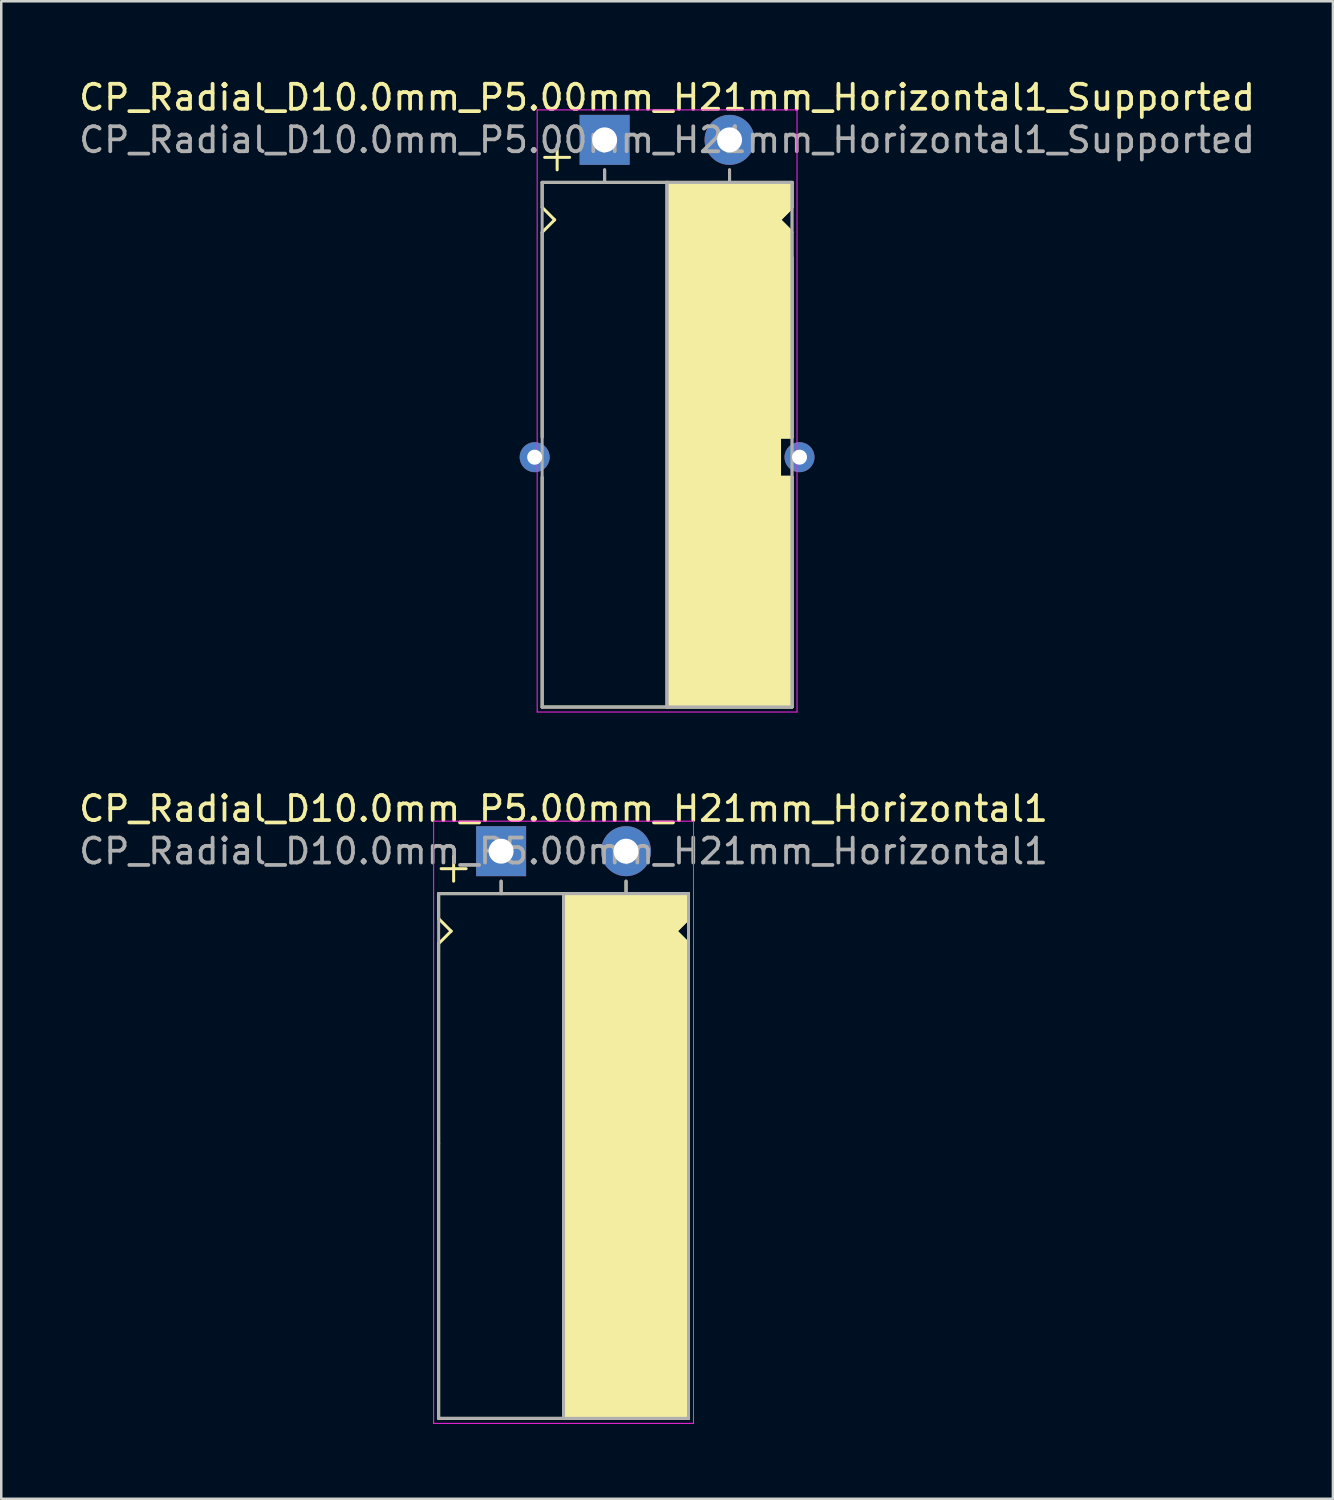
<source format=kicad_pcb>
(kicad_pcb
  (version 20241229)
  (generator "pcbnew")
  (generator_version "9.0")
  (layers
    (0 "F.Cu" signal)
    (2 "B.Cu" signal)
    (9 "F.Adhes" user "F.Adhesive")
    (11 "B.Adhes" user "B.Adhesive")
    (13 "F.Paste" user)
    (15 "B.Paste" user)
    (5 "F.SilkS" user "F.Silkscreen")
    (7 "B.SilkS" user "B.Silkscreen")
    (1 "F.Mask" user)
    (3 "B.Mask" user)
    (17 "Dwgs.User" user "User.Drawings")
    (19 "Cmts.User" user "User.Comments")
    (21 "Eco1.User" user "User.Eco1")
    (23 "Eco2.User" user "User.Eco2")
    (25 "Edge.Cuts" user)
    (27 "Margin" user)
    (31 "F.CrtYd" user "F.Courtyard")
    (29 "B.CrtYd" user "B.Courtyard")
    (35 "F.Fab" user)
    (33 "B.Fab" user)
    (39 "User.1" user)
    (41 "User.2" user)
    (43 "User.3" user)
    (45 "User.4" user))
  (footprint "CP_Radial_D10.0mm_P5.00mm_H21mm_Horizontal1"
    (layer "F.Cu")
    (at 17.006 31.017)
    (property "Reference" "CP_Radial_D10.0mm_P5.00mm_H21mm_Horizontal1" (at 2.5 -1.7 0) (layer "F.SilkS") (effects (font (size 1 1) (thickness 0.15))))
    (attr through_hole)
    (fp_line (start -2.5 1.7) (end -2.5 2.7) (stroke (width 0.12) (type solid)) (layer "F.SilkS"))
    (fp_line (start -2.5 2.7) (end -2 3.2) (stroke (width 0.12) (type solid)) (layer "F.SilkS"))
    (fp_line (start -2.5 3.7) (end -2.5 11.7) (stroke (width 0.12) (type solid)) (layer "F.SilkS"))
    (fp_line (start -2.5 11.7) (end -2.5 22.7) (stroke (width 0.12) (type solid)) (layer "F.SilkS"))
    (fp_line (start -2.5 22.7) (end 7.5 22.7) (stroke (width 0.12) (type solid)) (layer "F.SilkS"))
    (fp_line (start -2 3.2) (end -2.5 3.7) (stroke (width 0.12) (type solid)) (layer "F.SilkS"))
    (fp_line (start -1.9 0.2) (end -1.9 1.2) (stroke (width 0.12) (type solid)) (layer "F.SilkS"))
    (fp_line (start -1.4 0.7) (end -2.4 0.7) (stroke (width 0.12) (type solid)) (layer "F.SilkS"))
    (fp_line (start 0 1.7) (end 0 1.2) (stroke (width 0.12) (type solid)) (layer "F.SilkS"))
    (fp_line (start 2.5 1.7) (end -2.5 1.7) (stroke (width 0.12) (type solid)) (layer "F.SilkS"))
    (fp_line (start 2.5 22.7) (end 2.5 1.7) (stroke (width 0.12) (type solid)) (layer "F.SilkS"))
    (fp_line (start 5 1.7) (end 5 1.2) (stroke (width 0.12) (type solid)) (layer "F.SilkS"))
    (fp_line (start 7 3.2) (end 7.5 3.7) (stroke (width 0.12) (type solid)) (layer "F.SilkS"))
    (fp_line (start 7.5 1.7) (end 2.5 1.7) (stroke (width 0.12) (type solid)) (layer "F.SilkS"))
    (fp_line (start 7.5 1.7) (end 7.5 2.7) (stroke (width 0.12) (type solid)) (layer "F.SilkS"))
    (fp_line (start 7.5 2.7) (end 7 3.2) (stroke (width 0.12) (type solid)) (layer "F.SilkS"))
    (fp_line (start 7.5 3.7) (end 7.5 11.7) (stroke (width 0.12) (type solid)) (layer "F.SilkS"))
    (fp_line (start 7.5 11.7) (end 7.5 22.7) (stroke (width 0.12) (type solid)) (layer "F.SilkS"))
    (fp_poly (pts (xy 7.5 2.7) (xy 7 3.2) (xy 7.5 3.7) (xy 7.5 22.7) (xy 2.5 22.7) (xy 2.5 1.7) (xy 7.5 1.7)) (stroke (width 0.1) (type solid)) (fill yes) (layer "F.SilkS"))
    (fp_line (start -2.7 -1.2) (end 5.3 -1.2) (stroke (width 0.04) (type solid)) (layer "F.CrtYd"))
    (fp_line (start -2.7 22.9) (end -2.7 -1.2) (stroke (width 0.04) (type solid)) (layer "F.CrtYd"))
    (fp_line (start 5.3 -1.2) (end 7.7 -1.2) (stroke (width 0.04) (type solid)) (layer "F.CrtYd"))
    (fp_line (start 7.7 -1.2) (end 7.7 22.9) (stroke (width 0.04) (type solid)) (layer "F.CrtYd"))
    (fp_line (start 7.7 22.9) (end -2.7 22.9) (stroke (width 0.04) (type solid)) (layer "F.CrtYd"))
    (fp_line (start -2.5 1.7) (end -2.5 22.7) (stroke (width 0.12) (type solid)) (layer "F.Fab"))
    (fp_line (start -2.5 22.7) (end 7.5 22.7) (stroke (width 0.12) (type solid)) (layer "F.Fab"))
    (fp_line (start 0 1.7) (end 0 1.2) (stroke (width 0.12) (type solid)) (layer "F.Fab"))
    (fp_line (start 2.5 1.7) (end 2.5 22.7) (stroke (width 0.12) (type solid)) (layer "F.Fab"))
    (fp_line (start 5 1.7) (end 5 1.2) (stroke (width 0.12) (type solid)) (layer "F.Fab"))
    (fp_line (start 7.5 1.7) (end -2.5 1.7) (stroke (width 0.12) (type solid)) (layer "F.Fab"))
    (fp_line (start 7.5 22.7) (end 7.5 1.7) (stroke (width 0.12) (type solid)) (layer "F.Fab"))
    (fp_poly (pts (xy 7.5 22.7) (xy 2.5 22.7) (xy 2.5 1.7) (xy 7.5 1.7)) (stroke (width 0.1) (type solid)) (fill no) (layer "F.Fab"))
    (fp_text user "${REFERENCE}" (at 2.5 0 0) (layer "F.Fab") (effects (font (size 1 1) (thickness 0.15))))
    (pad "1" thru_hole rect (at 0 0) (size 2 2) (drill 1) (layers "*.Cu" "*.Mask"))
    (pad "2" thru_hole circle (at 5 0) (size 2 2) (drill 1) (layers "*.Cu" "*.Mask")))
  (footprint "CP_Radial_D10.0mm_P5.00mm_H21mm_Horizontal1_Supported"
    (layer "F.Cu")
    (at 21.149 2.548)
    (property "Reference" "CP_Radial_D10.0mm_P5.00mm_H21mm_Horizontal1_Supported" (at 2.5 -1.7 0) (layer "F.SilkS") (effects (font (size 1 1) (thickness 0.15))))
    (attr through_hole)
    (fp_line (start -2.5 1.7) (end -2.5 2.7) (stroke (width 0.12) (type solid)) (layer "F.SilkS"))
    (fp_line (start -2.5 2.7) (end -2 3.2) (stroke (width 0.12) (type solid)) (layer "F.SilkS"))
    (fp_line (start -2.5 3.7) (end -2.5 11.9) (stroke (width 0.12) (type solid)) (layer "F.SilkS"))
    (fp_line (start -2.5 13.5) (end -2.5 22.7) (stroke (width 0.12) (type solid)) (layer "F.SilkS"))
    (fp_line (start -2.5 22.7) (end 7.5 22.7) (stroke (width 0.12) (type solid)) (layer "F.SilkS"))
    (fp_line (start -2 3.2) (end -2.5 3.7) (stroke (width 0.12) (type solid)) (layer "F.SilkS"))
    (fp_line (start -1.9 0.2) (end -1.9 1.2) (stroke (width 0.12) (type solid)) (layer "F.SilkS"))
    (fp_line (start -1.4 0.7) (end -2.4 0.7) (stroke (width 0.12) (type solid)) (layer "F.SilkS"))
    (fp_line (start 0 1.7) (end 0 1.2) (stroke (width 0.12) (type solid)) (layer "F.SilkS"))
    (fp_line (start 2.5 1.7) (end -2.5 1.7) (stroke (width 0.12) (type solid)) (layer "F.SilkS"))
    (fp_line (start 2.5 22.7) (end 2.5 1.7) (stroke (width 0.12) (type solid)) (layer "F.SilkS"))
    (fp_line (start 5 1.7) (end 5 1.2) (stroke (width 0.12) (type solid)) (layer "F.SilkS"))
    (fp_line (start 7 3.2) (end 7.5 3.7) (stroke (width 0.12) (type solid)) (layer "F.SilkS"))
    (fp_line (start 7 11.9) (end 7.5 11.9) (stroke (width 0.12) (type solid)) (layer "F.SilkS"))
    (fp_line (start 7 12.5) (end 7 11.9) (stroke (width 0.12) (type solid)) (layer "F.SilkS"))
    (fp_line (start 7 13.5) (end 7 12.5) (stroke (width 0.12) (type solid)) (layer "F.SilkS"))
    (fp_line (start 7.5 1.7) (end 2.5 1.7) (stroke (width 0.12) (type solid)) (layer "F.SilkS"))
    (fp_line (start 7.5 1.7) (end 7.5 2.7) (stroke (width 0.12) (type solid)) (layer "F.SilkS"))
    (fp_line (start 7.5 2.7) (end 7 3.2) (stroke (width 0.12) (type solid)) (layer "F.SilkS"))
    (fp_line (start 7.5 4.7) (end 7.5 11.9) (stroke (width 0.12) (type solid)) (layer "F.SilkS"))
    (fp_line (start 7.5 13.5) (end 7 13.5) (stroke (width 0.12) (type solid)) (layer "F.SilkS"))
    (fp_line (start 7.5 13.5) (end 7.5 22.7) (stroke (width 0.12) (type solid)) (layer "F.SilkS"))
    (fp_poly (pts (xy 7.5 2.7) (xy 7 3.2) (xy 7.5 3.7) (xy 7.5 11.9) (xy 7 11.9) (xy 7 13.5) (xy 7.5 13.5) (xy 7.5 22.7) (xy 2.5 22.7) (xy 2.5 1.7) (xy 7.5 1.7)) (stroke (width 0.1) (type solid)) (fill yes) (layer "F.SilkS"))
    (fp_line (start -2.7 -1.2) (end 5.3 -1.2) (stroke (width 0.04) (type solid)) (layer "F.CrtYd"))
    (fp_line (start -2.7 22.9) (end -2.7 -1.2) (stroke (width 0.04) (type solid)) (layer "F.CrtYd"))
    (fp_line (start 5.3 -1.2) (end 7.7 -1.2) (stroke (width 0.04) (type solid)) (layer "F.CrtYd"))
    (fp_line (start 7.7 -1.2) (end 7.7 22.9) (stroke (width 0.04) (type solid)) (layer "F.CrtYd"))
    (fp_line (start 7.7 22.9) (end -2.7 22.9) (stroke (width 0.04) (type solid)) (layer "F.CrtYd"))
    (fp_line (start -2.5 1.7) (end -2.5 22.7) (stroke (width 0.12) (type solid)) (layer "F.Fab"))
    (fp_line (start -2.5 22.7) (end 7.5 22.7) (stroke (width 0.12) (type solid)) (layer "F.Fab"))
    (fp_line (start 0 1.7) (end 0 1.2) (stroke (width 0.12) (type solid)) (layer "F.Fab"))
    (fp_line (start 2.5 1.7) (end 2.5 22.7) (stroke (width 0.12) (type solid)) (layer "F.Fab"))
    (fp_line (start 5 1.7) (end 5 1.2) (stroke (width 0.12) (type solid)) (layer "F.Fab"))
    (fp_line (start 7.5 1.7) (end -2.5 1.7) (stroke (width 0.12) (type solid)) (layer "F.Fab"))
    (fp_line (start 7.5 22.7) (end 7.5 1.7) (stroke (width 0.12) (type solid)) (layer "F.Fab"))
    (fp_poly (pts (xy 7.5 22.7) (xy 2.5 22.7) (xy 2.5 1.7) (xy 7.5 1.7)) (stroke (width 0.1) (type solid)) (fill no) (layer "F.Fab"))
    (fp_text user "${REFERENCE}" (at 2.5 0 0) (layer "F.Fab") (effects (font (size 1 1) (thickness 0.15))))
    (pad "" thru_hole circle (at -2.8 12.7) (size 1.2 1.2) (drill 0.6) (layers "*.Cu" "*.Mask"))
    (pad "" thru_hole circle (at 7.8 12.7) (size 1.2 1.2) (drill 0.6) (layers "*.Cu" "*.Mask"))
    (pad "1" thru_hole rect (at 0 0) (size 2 2) (drill 1) (layers "*.Cu" "*.Mask"))
    (pad "2" thru_hole circle (at 5 0) (size 2 2) (drill 1) (layers "*.Cu" "*.Mask")))
  (gr_rect
    (start -3 -3)
    (end 50.298 56.937)
    (stroke (width 0.1) (type default))
    (fill no)
    (layer "Edge.Cuts")))
</source>
